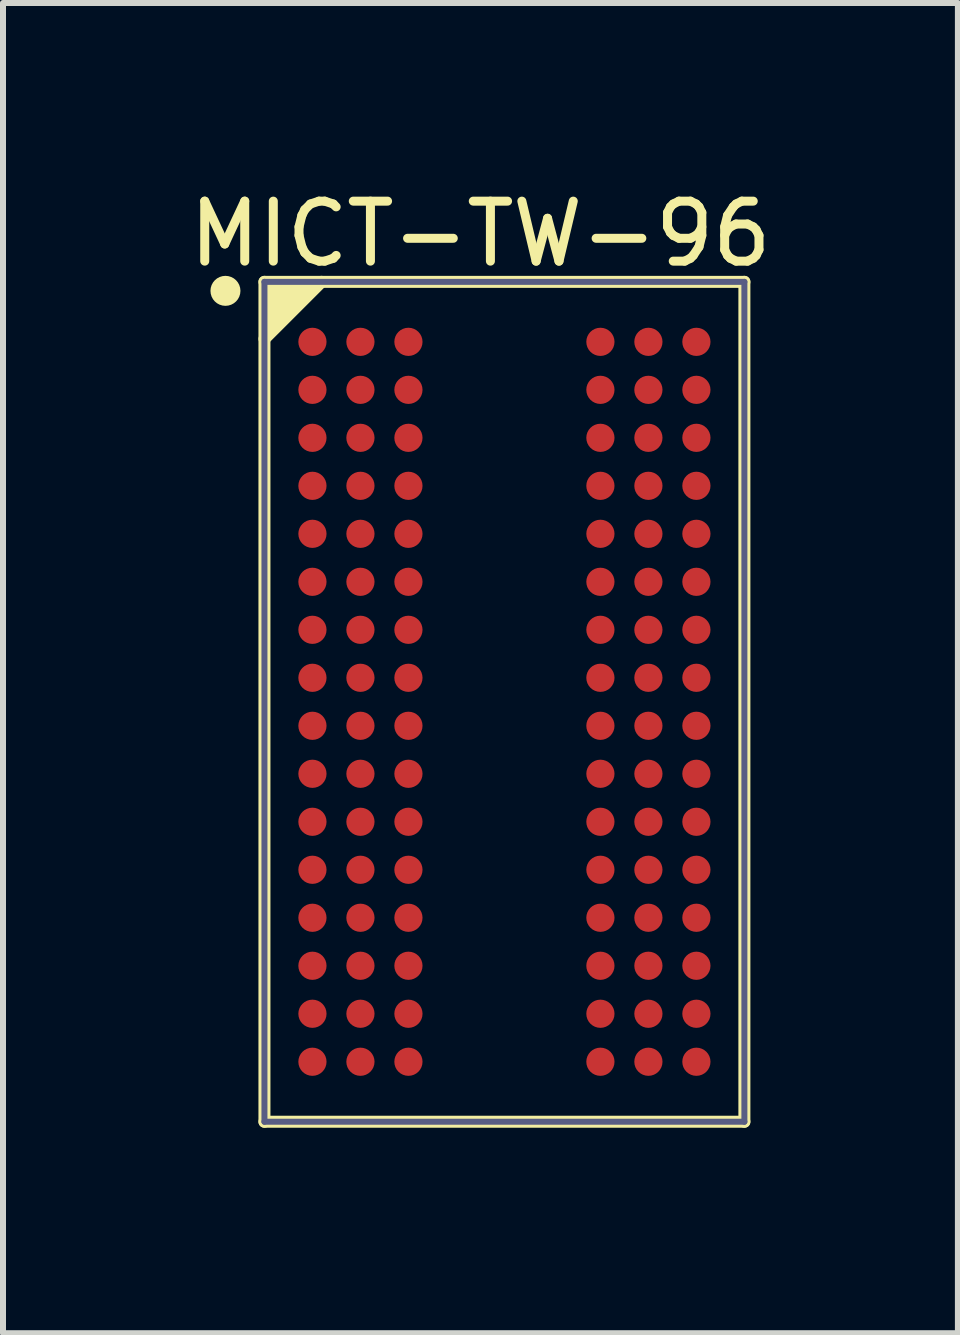
<source format=kicad_pcb>
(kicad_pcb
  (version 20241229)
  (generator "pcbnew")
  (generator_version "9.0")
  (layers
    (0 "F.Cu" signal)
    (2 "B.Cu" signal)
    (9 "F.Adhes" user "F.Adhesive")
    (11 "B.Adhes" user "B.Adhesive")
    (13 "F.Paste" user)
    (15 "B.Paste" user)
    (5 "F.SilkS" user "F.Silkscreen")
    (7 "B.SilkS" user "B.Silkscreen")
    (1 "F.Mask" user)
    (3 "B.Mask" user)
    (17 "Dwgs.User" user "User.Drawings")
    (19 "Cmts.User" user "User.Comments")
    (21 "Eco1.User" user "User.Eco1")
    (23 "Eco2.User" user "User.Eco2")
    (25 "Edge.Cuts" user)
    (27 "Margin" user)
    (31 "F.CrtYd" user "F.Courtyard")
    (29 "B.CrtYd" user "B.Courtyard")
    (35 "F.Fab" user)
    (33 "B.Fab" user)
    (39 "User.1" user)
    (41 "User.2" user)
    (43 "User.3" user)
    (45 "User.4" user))
  (footprint "MICT-TW-96"
    (layer "F.Cu")
    (at 5.358 8.648)
    (property "Reference" "MICT-TW-96" (at -0.4 -7.8 0) (layer "F.SilkS") (effects (font (size 1 1) (thickness 0.15))))
    (fp_line (start -4 -7) (end 4 -7) (stroke (width 0.2) (type solid)) (layer "F.SilkS"))
    (fp_line (start -4 -6.049) (end -3.049 -7) (stroke (width 0.2) (type solid)) (layer "F.SilkS"))
    (fp_line (start -4 7) (end -4 -7) (stroke (width 0.2) (type solid)) (layer "F.SilkS"))
    (fp_line (start -4 7) (end 4 7) (stroke (width 0.2) (type solid)) (layer "F.SilkS"))
    (fp_line (start 4 7) (end 4 -7) (stroke (width 0.2) (type solid)) (layer "F.SilkS"))
    (fp_circle (center -4.65 -6.85) (end -4.65 -6.975) (stroke (width 0.25) (type solid)) (fill no) (layer "F.SilkS"))
    (fp_poly (pts (xy -3.049 -7) (xy -4 -6.049) (xy -4 -7)) (stroke (width 0) (type default)) (fill yes) (layer "F.SilkS"))
    (fp_line (start -4.5 -7.5) (end 4.5 -7.5) (stroke (width 0.05) (type solid)) (layer "Eco2.User"))
    (fp_line (start -4.5 7.5) (end -4.5 -7.5) (stroke (width 0.05) (type solid)) (layer "Eco2.User"))
    (fp_line (start -4.5 7.5) (end 4.5 7.5) (stroke (width 0.05) (type solid)) (layer "Eco2.User"))
    (fp_line (start -0.5 0) (end 0.5 0) (stroke (width 0.1) (type solid)) (layer "Eco2.User"))
    (fp_line (start 0 0.5) (end 0 -0.5) (stroke (width 0.1) (type solid)) (layer "Eco2.User"))
    (fp_line (start 4.5 7.5) (end 4.5 -7.5) (stroke (width 0.05) (type solid)) (layer "Eco2.User"))
    (fp_line (start -4 -7) (end 4 -7) (stroke (width 0.1) (type solid)) (layer "B.Fab"))
    (fp_line (start -4 7) (end -4 -7) (stroke (width 0.1) (type solid)) (layer "B.Fab"))
    (fp_line (start -4 7) (end 4 7) (stroke (width 0.1) (type solid)) (layer "B.Fab"))
    (fp_line (start 4 7) (end 4 -7) (stroke (width 0.1) (type solid)) (layer "B.Fab"))
    (pad "A1" smd circle (at -3.2 -6) (size 0.47 0.47) (layers "F.Cu" "F.Mask" "F.Paste"))
    (pad "A2" smd circle (at -2.4 -6) (size 0.47 0.47) (layers "F.Cu" "F.Mask" "F.Paste"))
    (pad "A3" smd circle (at -1.6 -6) (size 0.47 0.47) (layers "F.Cu" "F.Mask" "F.Paste"))
    (pad "A7" smd circle (at 1.6 -6) (size 0.47 0.47) (layers "F.Cu" "F.Mask" "F.Paste"))
    (pad "A8" smd circle (at 2.4 -6) (size 0.47 0.47) (layers "F.Cu" "F.Mask" "F.Paste"))
    (pad "A9" smd circle (at 3.2 -6) (size 0.47 0.47) (layers "F.Cu" "F.Mask" "F.Paste"))
    (pad "B1" smd circle (at -3.2 -5.2) (size 0.47 0.47) (layers "F.Cu" "F.Mask" "F.Paste"))
    (pad "B2" smd circle (at -2.4 -5.2) (size 0.47 0.47) (layers "F.Cu" "F.Mask" "F.Paste"))
    (pad "B3" smd circle (at -1.6 -5.2) (size 0.47 0.47) (layers "F.Cu" "F.Mask" "F.Paste"))
    (pad "B7" smd circle (at 1.6 -5.2) (size 0.47 0.47) (layers "F.Cu" "F.Mask" "F.Paste"))
    (pad "B8" smd circle (at 2.4 -5.2) (size 0.47 0.47) (layers "F.Cu" "F.Mask" "F.Paste"))
    (pad "B9" smd circle (at 3.2 -5.2) (size 0.47 0.47) (layers "F.Cu" "F.Mask" "F.Paste"))
    (pad "C1" smd circle (at -3.2 -4.4) (size 0.47 0.47) (layers "F.Cu" "F.Mask" "F.Paste"))
    (pad "C2" smd circle (at -2.4 -4.4) (size 0.47 0.47) (layers "F.Cu" "F.Mask" "F.Paste"))
    (pad "C3" smd circle (at -1.6 -4.4) (size 0.47 0.47) (layers "F.Cu" "F.Mask" "F.Paste"))
    (pad "C7" smd circle (at 1.6 -4.4) (size 0.47 0.47) (layers "F.Cu" "F.Mask" "F.Paste"))
    (pad "C8" smd circle (at 2.4 -4.4) (size 0.47 0.47) (layers "F.Cu" "F.Mask" "F.Paste"))
    (pad "C9" smd circle (at 3.2 -4.4) (size 0.47 0.47) (layers "F.Cu" "F.Mask" "F.Paste"))
    (pad "D1" smd circle (at -3.2 -3.6) (size 0.47 0.47) (layers "F.Cu" "F.Mask" "F.Paste"))
    (pad "D2" smd circle (at -2.4 -3.6) (size 0.47 0.47) (layers "F.Cu" "F.Mask" "F.Paste"))
    (pad "D3" smd circle (at -1.6 -3.6) (size 0.47 0.47) (layers "F.Cu" "F.Mask" "F.Paste"))
    (pad "D7" smd circle (at 1.6 -3.6) (size 0.47 0.47) (layers "F.Cu" "F.Mask" "F.Paste"))
    (pad "D8" smd circle (at 2.4 -3.6) (size 0.47 0.47) (layers "F.Cu" "F.Mask" "F.Paste"))
    (pad "D9" smd circle (at 3.2 -3.6) (size 0.47 0.47) (layers "F.Cu" "F.Mask" "F.Paste"))
    (pad "E1" smd circle (at -3.2 -2.8) (size 0.47 0.47) (layers "F.Cu" "F.Mask" "F.Paste"))
    (pad "E2" smd circle (at -2.4 -2.8) (size 0.47 0.47) (layers "F.Cu" "F.Mask" "F.Paste"))
    (pad "E3" smd circle (at -1.6 -2.8) (size 0.47 0.47) (layers "F.Cu" "F.Mask" "F.Paste"))
    (pad "E7" smd circle (at 1.6 -2.8) (size 0.47 0.47) (layers "F.Cu" "F.Mask" "F.Paste"))
    (pad "E8" smd circle (at 2.4 -2.8) (size 0.47 0.47) (layers "F.Cu" "F.Mask" "F.Paste"))
    (pad "E9" smd circle (at 3.2 -2.8) (size 0.47 0.47) (layers "F.Cu" "F.Mask" "F.Paste"))
    (pad "F1" smd circle (at -3.2 -2) (size 0.47 0.47) (layers "F.Cu" "F.Mask" "F.Paste"))
    (pad "F2" smd circle (at -2.4 -2) (size 0.47 0.47) (layers "F.Cu" "F.Mask" "F.Paste"))
    (pad "F3" smd circle (at -1.6 -2) (size 0.47 0.47) (layers "F.Cu" "F.Mask" "F.Paste"))
    (pad "F7" smd circle (at 1.6 -2) (size 0.47 0.47) (layers "F.Cu" "F.Mask" "F.Paste"))
    (pad "F8" smd circle (at 2.4 -2) (size 0.47 0.47) (layers "F.Cu" "F.Mask" "F.Paste"))
    (pad "F9" smd circle (at 3.2 -2) (size 0.47 0.47) (layers "F.Cu" "F.Mask" "F.Paste"))
    (pad "G1" smd circle (at -3.2 -1.2) (size 0.47 0.47) (layers "F.Cu" "F.Mask" "F.Paste"))
    (pad "G2" smd circle (at -2.4 -1.2) (size 0.47 0.47) (layers "F.Cu" "F.Mask" "F.Paste"))
    (pad "G3" smd circle (at -1.6 -1.2) (size 0.47 0.47) (layers "F.Cu" "F.Mask" "F.Paste"))
    (pad "G7" smd circle (at 1.6 -1.2) (size 0.47 0.47) (layers "F.Cu" "F.Mask" "F.Paste"))
    (pad "G8" smd circle (at 2.4 -1.2) (size 0.47 0.47) (layers "F.Cu" "F.Mask" "F.Paste"))
    (pad "G9" smd circle (at 3.2 -1.2) (size 0.47 0.47) (layers "F.Cu" "F.Mask" "F.Paste"))
    (pad "H1" smd circle (at -3.2 -0.4) (size 0.47 0.47) (layers "F.Cu" "F.Mask" "F.Paste"))
    (pad "H2" smd circle (at -2.4 -0.4) (size 0.47 0.47) (layers "F.Cu" "F.Mask" "F.Paste"))
    (pad "H3" smd circle (at -1.6 -0.4) (size 0.47 0.47) (layers "F.Cu" "F.Mask" "F.Paste"))
    (pad "H7" smd circle (at 1.6 -0.4) (size 0.47 0.47) (layers "F.Cu" "F.Mask" "F.Paste"))
    (pad "H8" smd circle (at 2.4 -0.4) (size 0.47 0.47) (layers "F.Cu" "F.Mask" "F.Paste"))
    (pad "H9" smd circle (at 3.2 -0.4) (size 0.47 0.47) (layers "F.Cu" "F.Mask" "F.Paste"))
    (pad "J1" smd circle (at -3.2 0.4) (size 0.47 0.47) (layers "F.Cu" "F.Mask" "F.Paste"))
    (pad "J2" smd circle (at -2.4 0.4) (size 0.47 0.47) (layers "F.Cu" "F.Mask" "F.Paste"))
    (pad "J3" smd circle (at -1.6 0.4) (size 0.47 0.47) (layers "F.Cu" "F.Mask" "F.Paste"))
    (pad "J7" smd circle (at 1.6 0.4) (size 0.47 0.47) (layers "F.Cu" "F.Mask" "F.Paste"))
    (pad "J8" smd circle (at 2.4 0.4) (size 0.47 0.47) (layers "F.Cu" "F.Mask" "F.Paste"))
    (pad "J9" smd circle (at 3.2 0.4) (size 0.47 0.47) (layers "F.Cu" "F.Mask" "F.Paste"))
    (pad "K1" smd circle (at -3.2 1.2) (size 0.47 0.47) (layers "F.Cu" "F.Mask" "F.Paste"))
    (pad "K2" smd circle (at -2.4 1.2) (size 0.47 0.47) (layers "F.Cu" "F.Mask" "F.Paste"))
    (pad "K3" smd circle (at -1.6 1.2) (size 0.47 0.47) (layers "F.Cu" "F.Mask" "F.Paste"))
    (pad "K7" smd circle (at 1.6 1.2) (size 0.47 0.47) (layers "F.Cu" "F.Mask" "F.Paste"))
    (pad "K8" smd circle (at 2.4 1.2) (size 0.47 0.47) (layers "F.Cu" "F.Mask" "F.Paste"))
    (pad "K9" smd circle (at 3.2 1.2) (size 0.47 0.47) (layers "F.Cu" "F.Mask" "F.Paste"))
    (pad "L1" smd circle (at -3.2 2) (size 0.47 0.47) (layers "F.Cu" "F.Mask" "F.Paste"))
    (pad "L2" smd circle (at -2.4 2) (size 0.47 0.47) (layers "F.Cu" "F.Mask" "F.Paste"))
    (pad "L3" smd circle (at -1.6 2) (size 0.47 0.47) (layers "F.Cu" "F.Mask" "F.Paste"))
    (pad "L7" smd circle (at 1.6 2) (size 0.47 0.47) (layers "F.Cu" "F.Mask" "F.Paste"))
    (pad "L8" smd circle (at 2.4 2) (size 0.47 0.47) (layers "F.Cu" "F.Mask" "F.Paste"))
    (pad "L9" smd circle (at 3.2 2) (size 0.47 0.47) (layers "F.Cu" "F.Mask" "F.Paste"))
    (pad "M1" smd circle (at -3.2 2.8) (size 0.47 0.47) (layers "F.Cu" "F.Mask" "F.Paste"))
    (pad "M2" smd circle (at -2.4 2.8) (size 0.47 0.47) (layers "F.Cu" "F.Mask" "F.Paste"))
    (pad "M3" smd circle (at -1.6 2.8) (size 0.47 0.47) (layers "F.Cu" "F.Mask" "F.Paste"))
    (pad "M7" smd circle (at 1.6 2.8) (size 0.47 0.47) (layers "F.Cu" "F.Mask" "F.Paste"))
    (pad "M8" smd circle (at 2.4 2.8) (size 0.47 0.47) (layers "F.Cu" "F.Mask" "F.Paste"))
    (pad "M9" smd circle (at 3.2 2.8) (size 0.47 0.47) (layers "F.Cu" "F.Mask" "F.Paste"))
    (pad "N1" smd circle (at -3.2 3.6) (size 0.47 0.47) (layers "F.Cu" "F.Mask" "F.Paste"))
    (pad "N2" smd circle (at -2.4 3.6) (size 0.47 0.47) (layers "F.Cu" "F.Mask" "F.Paste"))
    (pad "N3" smd circle (at -1.6 3.6) (size 0.47 0.47) (layers "F.Cu" "F.Mask" "F.Paste"))
    (pad "N7" smd circle (at 1.6 3.6) (size 0.47 0.47) (layers "F.Cu" "F.Mask" "F.Paste"))
    (pad "N8" smd circle (at 2.4 3.6) (size 0.47 0.47) (layers "F.Cu" "F.Mask" "F.Paste"))
    (pad "N9" smd circle (at 3.2 3.6) (size 0.47 0.47) (layers "F.Cu" "F.Mask" "F.Paste"))
    (pad "P1" smd circle (at -3.2 4.4) (size 0.47 0.47) (layers "F.Cu" "F.Mask" "F.Paste"))
    (pad "P2" smd circle (at -2.4 4.4) (size 0.47 0.47) (layers "F.Cu" "F.Mask" "F.Paste"))
    (pad "P3" smd circle (at -1.6 4.4) (size 0.47 0.47) (layers "F.Cu" "F.Mask" "F.Paste"))
    (pad "P7" smd circle (at 1.6 4.4) (size 0.47 0.47) (layers "F.Cu" "F.Mask" "F.Paste"))
    (pad "P8" smd circle (at 2.4 4.4) (size 0.47 0.47) (layers "F.Cu" "F.Mask" "F.Paste"))
    (pad "P9" smd circle (at 3.2 4.4) (size 0.47 0.47) (layers "F.Cu" "F.Mask" "F.Paste"))
    (pad "R1" smd circle (at -3.2 5.2) (size 0.47 0.47) (layers "F.Cu" "F.Mask" "F.Paste"))
    (pad "R2" smd circle (at -2.4 5.2) (size 0.47 0.47) (layers "F.Cu" "F.Mask" "F.Paste"))
    (pad "R3" smd circle (at -1.6 5.2) (size 0.47 0.47) (layers "F.Cu" "F.Mask" "F.Paste"))
    (pad "R7" smd circle (at 1.6 5.2) (size 0.47 0.47) (layers "F.Cu" "F.Mask" "F.Paste"))
    (pad "R8" smd circle (at 2.4 5.2) (size 0.47 0.47) (layers "F.Cu" "F.Mask" "F.Paste"))
    (pad "R9" smd circle (at 3.2 5.2) (size 0.47 0.47) (layers "F.Cu" "F.Mask" "F.Paste"))
    (pad "T1" smd circle (at -3.2 6) (size 0.47 0.47) (layers "F.Cu" "F.Mask" "F.Paste"))
    (pad "T2" smd circle (at -2.4 6) (size 0.47 0.47) (layers "F.Cu" "F.Mask" "F.Paste"))
    (pad "T3" smd circle (at -1.6 6) (size 0.47 0.47) (layers "F.Cu" "F.Mask" "F.Paste"))
    (pad "T7" smd circle (at 1.6 6) (size 0.47 0.47) (layers "F.Cu" "F.Mask" "F.Paste"))
    (pad "T8" smd circle (at 2.4 6) (size 0.47 0.47) (layers "F.Cu" "F.Mask" "F.Paste"))
    (pad "T9" smd circle (at 3.2 6) (size 0.47 0.47) (layers "F.Cu" "F.Mask" "F.Paste")))
  (gr_rect
    (start -3 -3)
    (end 12.917 19.173)
    (stroke (width 0.1) (type default))
    (fill no)
    (layer "Edge.Cuts")))
</source>
